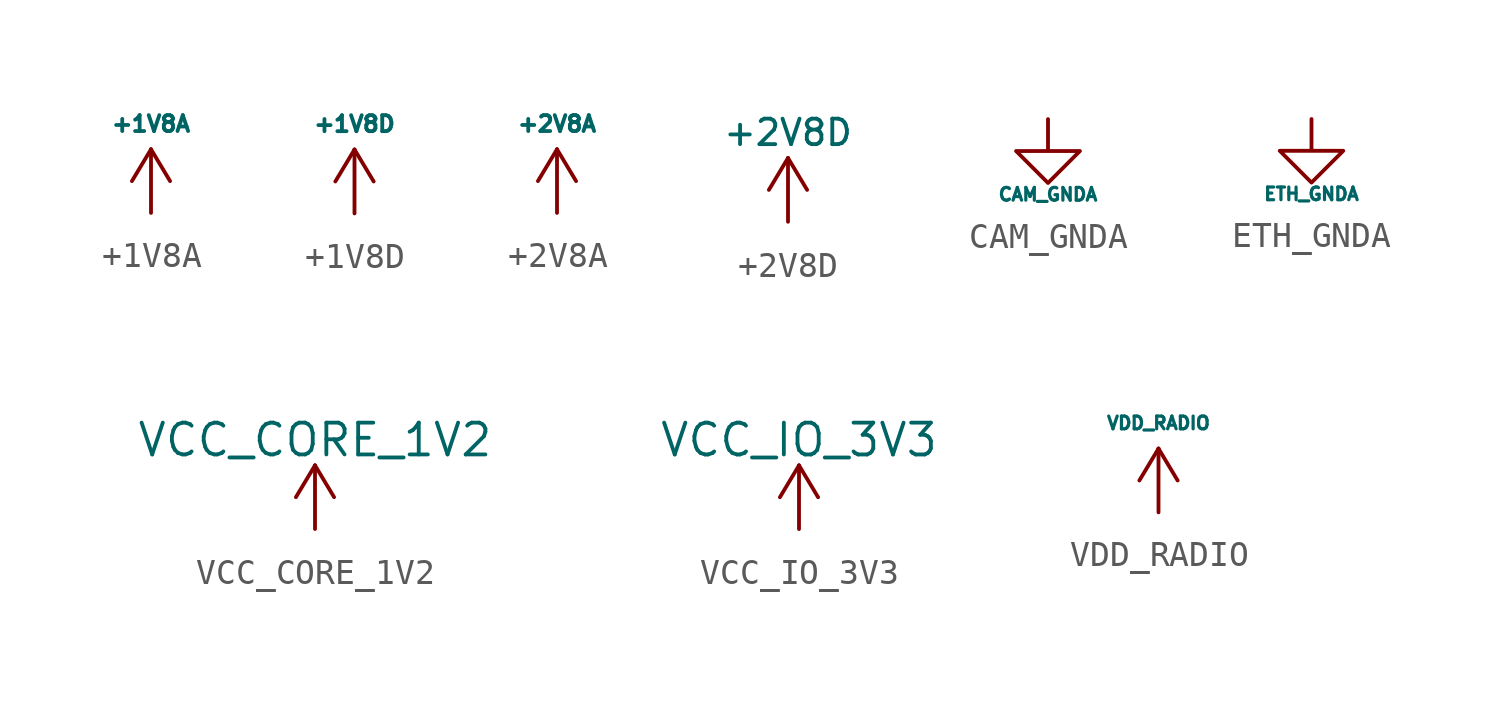
<source format=kicad_sym>
(kicad_symbol_lib
  (version 20220914)
  (generator kicad_symbol_editor)
  (symbol "+1V8A"
    (power)
    (pin_names
      (offset 0))
    (property "Reference" "#PWR"
      (at 0 -3.81 0)
      (effects (font (size 1.27 1.27)) hide))
    (property "Value" "+1V8A"
      (at 0 3.556 0)
      (effects (font (size 0.635 0.635))))
    (symbol "+1V8A_0_1"
      (polyline (pts (xy -0.762 1.27) (xy 0 2.54)) (stroke (width 0) (type solid)) (fill (type none)))
      (polyline (pts (xy 0 0) (xy 0 2.54)) (stroke (width 0) (type solid)) (fill (type none)))
      (polyline (pts (xy 0 2.54) (xy 0.762 1.27)) (stroke (width 0) (type solid)) (fill (type none))))
    (symbol "+1V8A_1_1"
      (pin power_in line (at 0 0 90) (length 0) hide (name "+1V8A" (effects (font (size 1.27 1.27)))) (number "1" (effects (font (size 1.27 1.27)))))))
  (symbol "+1V8D"
    (power)
    (pin_names
      (offset 0))
    (property "Reference" "#PWR"
      (at 0 -3.81 0)
      (effects (font (size 1.27 1.27)) hide))
    (property "Value" "+1V8D"
      (at 0 3.556 0)
      (effects (font (size 0.635 0.635))))
    (symbol "+1V8D_0_1"
      (polyline (pts (xy -0.762 1.27) (xy 0 2.54)) (stroke (width 0) (type solid)) (fill (type none)))
      (polyline (pts (xy 0 0) (xy 0 2.54)) (stroke (width 0) (type solid)) (fill (type none)))
      (polyline (pts (xy 0 2.54) (xy 0.762 1.27)) (stroke (width 0) (type solid)) (fill (type none))))
    (symbol "+1V8D_1_1"
      (pin power_in line (at 0 0 90) (length 0) hide (name "+1V8D" (effects (font (size 1.27 1.27)))) (number "1" (effects (font (size 1.27 1.27)))))))
  (symbol "+2V8A"
    (power)
    (pin_names
      (offset 0))
    (property "Reference" "#PWR"
      (at 0 -3.81 0)
      (effects (font (size 1.27 1.27)) hide))
    (property "Value" "+2V8A"
      (at 0 3.556 0)
      (effects (font (size 0.635 0.635))))
    (symbol "+2V8A_0_1"
      (polyline (pts (xy -0.762 1.27) (xy 0 2.54)) (stroke (width 0) (type solid)) (fill (type none)))
      (polyline (pts (xy 0 0) (xy 0 2.54)) (stroke (width 0) (type solid)) (fill (type none)))
      (polyline (pts (xy 0 2.54) (xy 0.762 1.27)) (stroke (width 0) (type solid)) (fill (type none))))
    (symbol "+2V8A_1_1"
      (pin power_in line (at 0 0 90) (length 0) hide (name "2V8A" (effects (font (size 1.27 1.27)))) (number "1" (effects (font (size 1.27 1.27)))))))
  (symbol "+2V8D"
    (power)
    (pin_names
      (offset 0))
    (property "Reference" "#PWR"
      (at 0 -3.81 0)
      (effects (font (size 1.27 1.27)) hide))
    (property "Value" "+2V8D"
      (at 0 3.556 0)
      (effects (font (size 1.016 1.016))))
    (symbol "+2V8D_0_1"
      (polyline (pts (xy -0.762 1.27) (xy 0 2.54)) (stroke (width 0) (type solid)) (fill (type none)))
      (polyline (pts (xy 0 0) (xy 0 2.54)) (stroke (width 0) (type solid)) (fill (type none)))
      (polyline (pts (xy 0 2.54) (xy 0.762 1.27)) (stroke (width 0) (type solid)) (fill (type none))))
    (symbol "+2V8D_1_1"
      (pin power_in line (at 0 0 90) (length 0) hide (name "2V8D" (effects (font (size 1.27 1.27)))) (number "1" (effects (font (size 1.27 1.27)))))))
  (symbol "CAM_GNDA"
    (power)
    (pin_names
      (offset 0))
    (property "Reference" "#PWR"
      (at 0 -3.81 0)
      (effects (font (size 0.508 0.508)) hide))
    (property "Value" "CAM_GNDA"
      (at 0 -2.997 0)
      (effects (font (size 0.508 0.508))))
    (symbol "CAM_GNDA_0_1"
      (polyline (pts (xy 0 0) (xy 0 -1.27) (xy 1.27 -1.27) (xy 0 -2.54) (xy -1.27 -1.27) (xy 0 -1.27)) (stroke (width 0) (type solid)) (fill (type none))))
    (symbol "CAM_GNDA_1_1"
      (pin power_in line (at 0 0 270) (length 0) hide (name "CAMGNDA" (effects (font (size 1.27 1.27)))) (number "1" (effects (font (size 1.27 1.27)))))))
  (symbol "ETH_GNDA"
    (power)
    (pin_names
      (offset 0))
    (property "Reference" "#PWR"
      (at 0 -3.81 0)
      (effects (font (size 0.508 0.508)) hide))
    (property "Value" "ETH_GNDA"
      (at 0 -2.997 0)
      (effects (font (size 0.508 0.508))))
    (symbol "ETH_GNDA_0_1"
      (polyline (pts (xy 0 0) (xy 0 -1.27) (xy 1.27 -1.27) (xy 0 -2.54) (xy -1.27 -1.27) (xy 0 -1.27)) (stroke (width 0) (type solid)) (fill (type none))))
    (symbol "ETH_GNDA_1_1"
      (pin power_in line (at 0 0 270) (length 0) hide (name "ETHGNDA" (effects (font (size 1.27 1.27)))) (number "1" (effects (font (size 1.27 1.27)))))))
  (symbol "VCC_CORE_1V2"
    (power)
    (pin_names
      (offset 0))
    (property "Reference" "#PWR"
      (at 0 -3.81 0)
      (effects (font (size 1.27 1.27)) hide))
    (property "Value" "VCC_CORE_1V2"
      (at 0 3.556 0)
      (effects (font (size 1.27 1.27))))
    (symbol "VCC_CORE_1V2_0_1"
      (polyline (pts (xy -0.762 1.27) (xy 0 2.54)) (stroke (width 0) (type solid)) (fill (type none)))
      (polyline (pts (xy 0 0) (xy 0 2.54)) (stroke (width 0) (type solid)) (fill (type none)))
      (polyline (pts (xy 0 2.54) (xy 0.762 1.27)) (stroke (width 0) (type solid)) (fill (type none))))
    (symbol "VCC_CORE_1V2_1_1"
      (pin power_in line (at 0 0 90) (length 0) hide (name "VCC_CORE_1V2" (effects (font (size 1.27 1.27)))) (number "1" (effects (font (size 1.27 1.27)))))))
  (symbol "VCC_IO_3V3"
    (power)
    (pin_names
      (offset 0))
    (property "Reference" "#PWR"
      (at 0 -3.81 0)
      (effects (font (size 1.27 1.27)) hide))
    (property "Value" "VCC_IO_3V3"
      (at 0 3.556 0)
      (effects (font (size 1.27 1.27))))
    (symbol "VCC_IO_3V3_0_1"
      (polyline (pts (xy -0.762 1.27) (xy 0 2.54)) (stroke (width 0) (type solid)) (fill (type none)))
      (polyline (pts (xy 0 0) (xy 0 2.54)) (stroke (width 0) (type solid)) (fill (type none)))
      (polyline (pts (xy 0 2.54) (xy 0.762 1.27)) (stroke (width 0) (type solid)) (fill (type none))))
    (symbol "VCC_IO_3V3_1_1"
      (pin power_in line (at 0 0 90) (length 0) hide (name "VCC_IO_3V3" (effects (font (size 1.27 1.27)))) (number "1" (effects (font (size 1.27 1.27)))))))
  (symbol "VDD_RADIO"
    (power)
    (pin_names
      (offset 0))
    (property "Reference" "#PWR"
      (at 0 -3.81 0)
      (effects (font (size 1.27 1.27)) hide))
    (property "Value" "VDD_RADIO"
      (at 0 3.556 0)
      (effects (font (size 0.508 0.508))))
    (symbol "VDD_RADIO_0_1"
      (polyline (pts (xy -0.762 1.27) (xy 0 2.54)) (stroke (width 0) (type solid)) (fill (type none)))
      (polyline (pts (xy 0 0) (xy 0 2.54)) (stroke (width 0) (type solid)) (fill (type none)))
      (polyline (pts (xy 0 2.54) (xy 0.762 1.27)) (stroke (width 0) (type solid)) (fill (type none))))
    (symbol "VDD_RADIO_1_1"
      (pin power_in line (at 0 0 90) (length 0) hide (name "VDD_RADIO" (effects (font (size 1.27 1.27)))) (number "1" (effects (font (size 1.27 1.27))))))))
</source>
